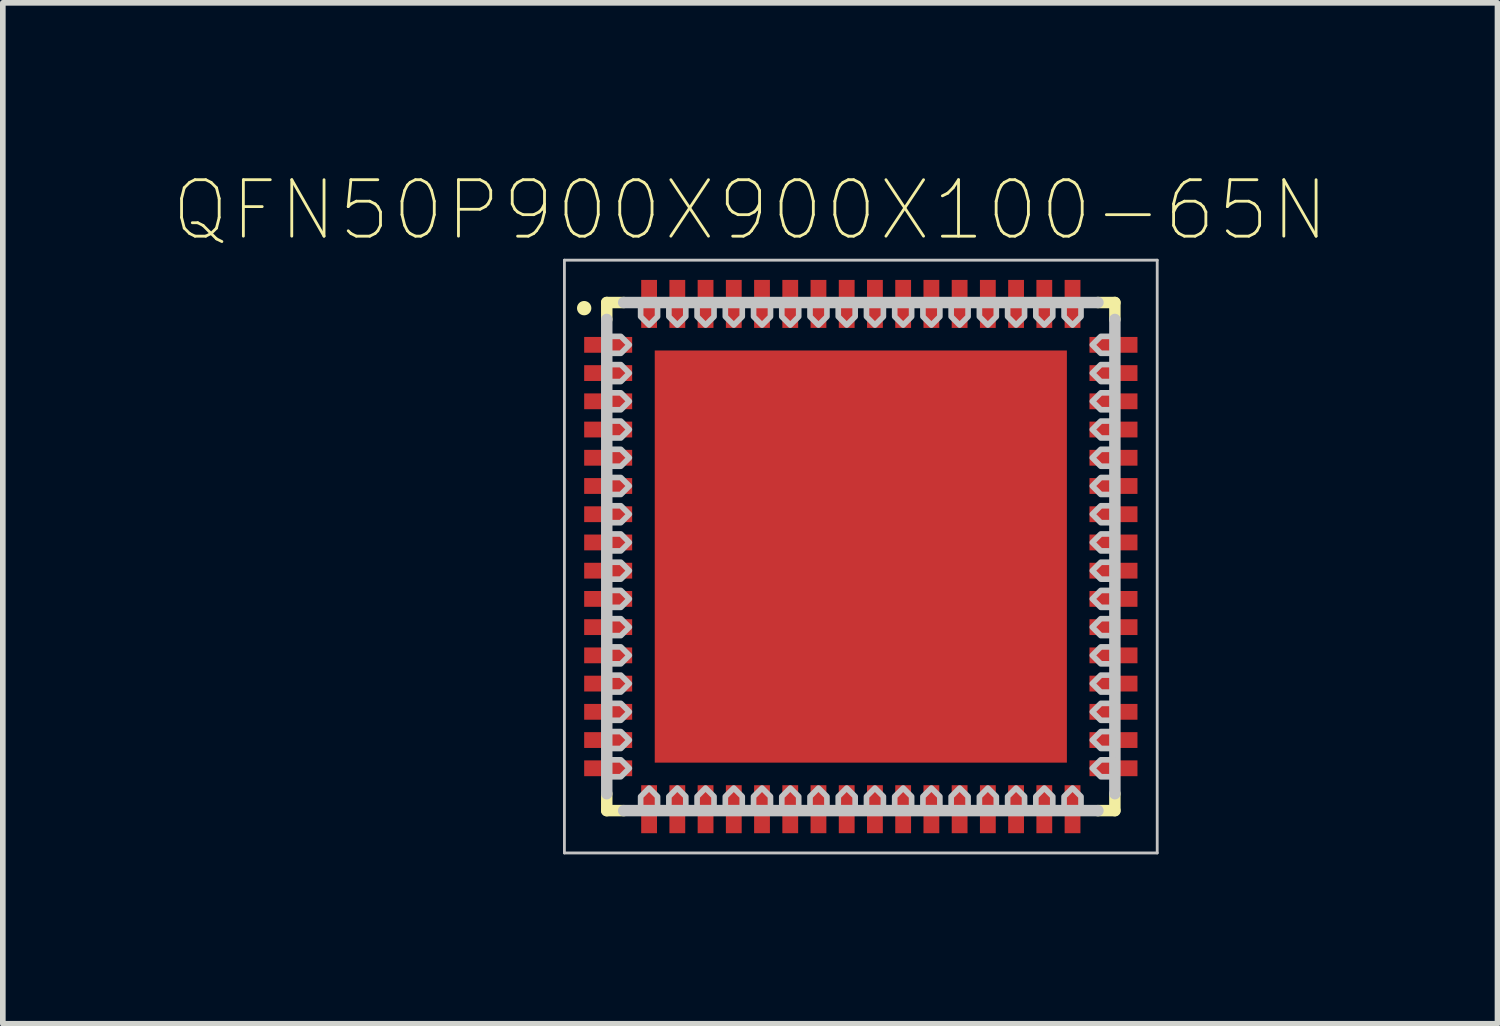
<source format=kicad_pcb>
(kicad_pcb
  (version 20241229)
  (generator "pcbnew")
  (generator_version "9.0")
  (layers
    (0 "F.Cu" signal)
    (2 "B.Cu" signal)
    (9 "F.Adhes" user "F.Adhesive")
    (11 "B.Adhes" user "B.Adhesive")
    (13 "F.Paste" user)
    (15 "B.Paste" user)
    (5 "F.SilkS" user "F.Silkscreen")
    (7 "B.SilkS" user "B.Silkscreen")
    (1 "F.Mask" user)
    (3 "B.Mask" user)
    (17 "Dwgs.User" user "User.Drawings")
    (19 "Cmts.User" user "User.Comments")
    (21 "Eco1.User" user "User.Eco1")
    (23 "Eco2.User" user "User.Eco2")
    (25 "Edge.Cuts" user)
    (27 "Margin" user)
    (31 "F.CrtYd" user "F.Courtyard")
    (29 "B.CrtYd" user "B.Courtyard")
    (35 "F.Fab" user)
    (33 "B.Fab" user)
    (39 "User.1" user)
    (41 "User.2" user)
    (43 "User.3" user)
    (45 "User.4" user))
  (footprint "QFN50P900X900X100-65N"
    (layer "F.Cu")
    (at 12.197 6.808)
    (property "Reference" "QFN50P900X900X100-65N" (at -1.96 -6.135 0) (layer "F.SilkS") (effects (font (size 1 1) (thickness 0.05))))
    (attr smd)
    (fp_line (start -4.5 -4.5) (end -4.5 -4.2) (stroke (width 0.203) (type solid)) (layer "F.SilkS"))
    (fp_line (start -4.5 4.2) (end -4.5 4.5) (stroke (width 0.203) (type solid)) (layer "F.SilkS"))
    (fp_line (start -4.5 4.5) (end -4.2 4.5) (stroke (width 0.203) (type solid)) (layer "F.SilkS"))
    (fp_line (start -4.2 -4.5) (end -4.5 -4.5) (stroke (width 0.203) (type solid)) (layer "F.SilkS"))
    (fp_line (start 4.2 4.5) (end 4.5 4.5) (stroke (width 0.203) (type solid)) (layer "F.SilkS"))
    (fp_line (start 4.5 -4.5) (end 4.2 -4.5) (stroke (width 0.203) (type solid)) (layer "F.SilkS"))
    (fp_line (start 4.5 -4.2) (end 4.5 -4.5) (stroke (width 0.203) (type solid)) (layer "F.SilkS"))
    (fp_line (start 4.5 4.5) (end 4.5 4.2) (stroke (width 0.203) (type solid)) (layer "F.SilkS"))
    (fp_circle (center -4.9 -4.4) (end -4.773 -4.4) (stroke (width 0) (type solid)) (fill yes) (layer "F.SilkS"))
    (fp_poly (pts (xy -2.3 -2.3) (xy 2.3 -2.3) (xy 2.3 2.3) (xy -2.3 2.3)) (stroke (width 0.381) (type solid)) (fill yes) (layer "F.Paste"))
    (fp_line (start -5.25 -5.25) (end -5.25 5.25) (stroke (width 0.05) (type solid)) (layer "Dwgs.User"))
    (fp_line (start -5.25 5.25) (end 5.25 5.25) (stroke (width 0.05) (type solid)) (layer "Dwgs.User"))
    (fp_line (start -4.5 -4.2) (end -4.5 4.2) (stroke (width 0.203) (type solid)) (layer "Dwgs.User"))
    (fp_line (start -4.2 -4.5) (end 4.2 -4.5) (stroke (width 0.203) (type solid)) (layer "Dwgs.User"))
    (fp_line (start -4.2 4.5) (end 4.2 4.5) (stroke (width 0.203) (type solid)) (layer "Dwgs.User"))
    (fp_line (start 4.5 -4.2) (end 4.5 4.2) (stroke (width 0.203) (type solid)) (layer "Dwgs.User"))
    (fp_line (start 5.25 -5.25) (end -5.25 -5.25) (stroke (width 0.05) (type solid)) (layer "Dwgs.User"))
    (fp_line (start 5.25 5.25) (end 5.25 -5.25) (stroke (width 0.05) (type solid)) (layer "Dwgs.User"))
    (fp_poly (pts (xy -4.5 -3.9) (xy -4.5 -3.6) (xy -4.25 -3.6) (xy -4.1 -3.75) (xy -4.25 -3.9)) (stroke (width 0.1) (type solid)) (fill no) (layer "Dwgs.User"))
    (fp_poly (pts (xy -4.5 -3.4) (xy -4.5 -3.1) (xy -4.25 -3.1) (xy -4.1 -3.25) (xy -4.25 -3.4)) (stroke (width 0.1) (type solid)) (fill no) (layer "Dwgs.User"))
    (fp_poly (pts (xy -4.5 -2.9) (xy -4.5 -2.6) (xy -4.25 -2.6) (xy -4.1 -2.75) (xy -4.25 -2.9)) (stroke (width 0.1) (type solid)) (fill no) (layer "Dwgs.User"))
    (fp_poly (pts (xy -4.5 -2.4) (xy -4.5 -2.1) (xy -4.25 -2.1) (xy -4.1 -2.25) (xy -4.25 -2.4)) (stroke (width 0.1) (type solid)) (fill no) (layer "Dwgs.User"))
    (fp_poly (pts (xy -4.5 -1.9) (xy -4.5 -1.6) (xy -4.25 -1.6) (xy -4.1 -1.75) (xy -4.25 -1.9)) (stroke (width 0.1) (type solid)) (fill no) (layer "Dwgs.User"))
    (fp_poly (pts (xy -4.5 -1.4) (xy -4.5 -1.1) (xy -4.25 -1.1) (xy -4.1 -1.25) (xy -4.25 -1.4)) (stroke (width 0.1) (type solid)) (fill no) (layer "Dwgs.User"))
    (fp_poly (pts (xy -4.5 -0.9) (xy -4.5 -0.6) (xy -4.25 -0.6) (xy -4.1 -0.75) (xy -4.25 -0.9)) (stroke (width 0.1) (type solid)) (fill no) (layer "Dwgs.User"))
    (fp_poly (pts (xy -4.5 -0.4) (xy -4.5 -0.1) (xy -4.25 -0.1) (xy -4.1 -0.25) (xy -4.25 -0.4)) (stroke (width 0.1) (type solid)) (fill no) (layer "Dwgs.User"))
    (fp_poly (pts (xy -4.5 0.1) (xy -4.5 0.4) (xy -4.25 0.4) (xy -4.1 0.25) (xy -4.25 0.1)) (stroke (width 0.1) (type solid)) (fill no) (layer "Dwgs.User"))
    (fp_poly (pts (xy -4.5 0.6) (xy -4.5 0.9) (xy -4.25 0.9) (xy -4.1 0.75) (xy -4.25 0.6)) (stroke (width 0.1) (type solid)) (fill no) (layer "Dwgs.User"))
    (fp_poly (pts (xy -4.5 1.1) (xy -4.5 1.4) (xy -4.25 1.4) (xy -4.1 1.25) (xy -4.25 1.1)) (stroke (width 0.1) (type solid)) (fill no) (layer "Dwgs.User"))
    (fp_poly (pts (xy -4.5 1.6) (xy -4.5 1.9) (xy -4.25 1.9) (xy -4.1 1.75) (xy -4.25 1.6)) (stroke (width 0.1) (type solid)) (fill no) (layer "Dwgs.User"))
    (fp_poly (pts (xy -4.5 2.1) (xy -4.5 2.4) (xy -4.25 2.4) (xy -4.1 2.25) (xy -4.25 2.1)) (stroke (width 0.1) (type solid)) (fill no) (layer "Dwgs.User"))
    (fp_poly (pts (xy -4.5 2.6) (xy -4.5 2.9) (xy -4.25 2.9) (xy -4.1 2.75) (xy -4.25 2.6)) (stroke (width 0.1) (type solid)) (fill no) (layer "Dwgs.User"))
    (fp_poly (pts (xy -4.5 3.1) (xy -4.5 3.4) (xy -4.25 3.4) (xy -4.1 3.25) (xy -4.25 3.1)) (stroke (width 0.1) (type solid)) (fill no) (layer "Dwgs.User"))
    (fp_poly (pts (xy -4.5 3.6) (xy -4.5 3.9) (xy -4.25 3.9) (xy -4.1 3.75) (xy -4.25 3.6)) (stroke (width 0.1) (type solid)) (fill no) (layer "Dwgs.User"))
    (fp_poly (pts (xy -3.9 4.5) (xy -3.6 4.5) (xy -3.6 4.25) (xy -3.75 4.1) (xy -3.9 4.25)) (stroke (width 0.1) (type solid)) (fill no) (layer "Dwgs.User"))
    (fp_poly (pts (xy -3.6 -4.5) (xy -3.9 -4.5) (xy -3.9 -4.25) (xy -3.75 -4.1) (xy -3.6 -4.25)) (stroke (width 0.1) (type solid)) (fill no) (layer "Dwgs.User"))
    (fp_poly (pts (xy -3.4 4.5) (xy -3.1 4.5) (xy -3.1 4.25) (xy -3.25 4.1) (xy -3.4 4.25)) (stroke (width 0.1) (type solid)) (fill no) (layer "Dwgs.User"))
    (fp_poly (pts (xy -3.1 -4.5) (xy -3.4 -4.5) (xy -3.4 -4.25) (xy -3.25 -4.1) (xy -3.1 -4.25)) (stroke (width 0.1) (type solid)) (fill no) (layer "Dwgs.User"))
    (fp_poly (pts (xy -2.9 4.5) (xy -2.6 4.5) (xy -2.6 4.25) (xy -2.75 4.1) (xy -2.9 4.25)) (stroke (width 0.1) (type solid)) (fill no) (layer "Dwgs.User"))
    (fp_poly (pts (xy -2.6 -4.5) (xy -2.9 -4.5) (xy -2.9 -4.25) (xy -2.75 -4.1) (xy -2.6 -4.25)) (stroke (width 0.1) (type solid)) (fill no) (layer "Dwgs.User"))
    (fp_poly (pts (xy -2.4 4.5) (xy -2.1 4.5) (xy -2.1 4.25) (xy -2.25 4.1) (xy -2.4 4.25)) (stroke (width 0.1) (type solid)) (fill no) (layer "Dwgs.User"))
    (fp_poly (pts (xy -2.1 -4.5) (xy -2.4 -4.5) (xy -2.4 -4.25) (xy -2.25 -4.1) (xy -2.1 -4.25)) (stroke (width 0.1) (type solid)) (fill no) (layer "Dwgs.User"))
    (fp_poly (pts (xy -1.9 4.5) (xy -1.6 4.5) (xy -1.6 4.25) (xy -1.75 4.1) (xy -1.9 4.25)) (stroke (width 0.1) (type solid)) (fill no) (layer "Dwgs.User"))
    (fp_poly (pts (xy -1.6 -4.5) (xy -1.9 -4.5) (xy -1.9 -4.25) (xy -1.75 -4.1) (xy -1.6 -4.25)) (stroke (width 0.1) (type solid)) (fill no) (layer "Dwgs.User"))
    (fp_poly (pts (xy -1.4 4.5) (xy -1.1 4.5) (xy -1.1 4.25) (xy -1.25 4.1) (xy -1.4 4.25)) (stroke (width 0.1) (type solid)) (fill no) (layer "Dwgs.User"))
    (fp_poly (pts (xy -1.1 -4.5) (xy -1.4 -4.5) (xy -1.4 -4.25) (xy -1.25 -4.1) (xy -1.1 -4.25)) (stroke (width 0.1) (type solid)) (fill no) (layer "Dwgs.User"))
    (fp_poly (pts (xy -0.9 4.5) (xy -0.6 4.5) (xy -0.6 4.25) (xy -0.75 4.1) (xy -0.9 4.25)) (stroke (width 0.1) (type solid)) (fill no) (layer "Dwgs.User"))
    (fp_poly (pts (xy -0.6 -4.5) (xy -0.9 -4.5) (xy -0.9 -4.25) (xy -0.75 -4.1) (xy -0.6 -4.25)) (stroke (width 0.1) (type solid)) (fill no) (layer "Dwgs.User"))
    (fp_poly (pts (xy -0.4 4.5) (xy -0.1 4.5) (xy -0.1 4.25) (xy -0.25 4.1) (xy -0.4 4.25)) (stroke (width 0.1) (type solid)) (fill no) (layer "Dwgs.User"))
    (fp_poly (pts (xy -0.1 -4.5) (xy -0.4 -4.5) (xy -0.4 -4.25) (xy -0.25 -4.1) (xy -0.1 -4.25)) (stroke (width 0.1) (type solid)) (fill no) (layer "Dwgs.User"))
    (fp_poly (pts (xy 0.1 4.5) (xy 0.4 4.5) (xy 0.4 4.25) (xy 0.25 4.1) (xy 0.1 4.25)) (stroke (width 0.1) (type solid)) (fill no) (layer "Dwgs.User"))
    (fp_poly (pts (xy 0.4 -4.5) (xy 0.1 -4.5) (xy 0.1 -4.25) (xy 0.25 -4.1) (xy 0.4 -4.25)) (stroke (width 0.1) (type solid)) (fill no) (layer "Dwgs.User"))
    (fp_poly (pts (xy 0.6 4.5) (xy 0.9 4.5) (xy 0.9 4.25) (xy 0.75 4.1) (xy 0.6 4.25)) (stroke (width 0.1) (type solid)) (fill no) (layer "Dwgs.User"))
    (fp_poly (pts (xy 0.9 -4.5) (xy 0.6 -4.5) (xy 0.6 -4.25) (xy 0.75 -4.1) (xy 0.9 -4.25)) (stroke (width 0.1) (type solid)) (fill no) (layer "Dwgs.User"))
    (fp_poly (pts (xy 1.1 4.5) (xy 1.4 4.5) (xy 1.4 4.25) (xy 1.25 4.1) (xy 1.1 4.25)) (stroke (width 0.1) (type solid)) (fill no) (layer "Dwgs.User"))
    (fp_poly (pts (xy 1.4 -4.5) (xy 1.1 -4.5) (xy 1.1 -4.25) (xy 1.25 -4.1) (xy 1.4 -4.25)) (stroke (width 0.1) (type solid)) (fill no) (layer "Dwgs.User"))
    (fp_poly (pts (xy 1.6 4.5) (xy 1.9 4.5) (xy 1.9 4.25) (xy 1.75 4.1) (xy 1.6 4.25)) (stroke (width 0.1) (type solid)) (fill no) (layer "Dwgs.User"))
    (fp_poly (pts (xy 1.9 -4.5) (xy 1.6 -4.5) (xy 1.6 -4.25) (xy 1.75 -4.1) (xy 1.9 -4.25)) (stroke (width 0.1) (type solid)) (fill no) (layer "Dwgs.User"))
    (fp_poly (pts (xy 2.1 4.5) (xy 2.4 4.5) (xy 2.4 4.25) (xy 2.25 4.1) (xy 2.1 4.25)) (stroke (width 0.1) (type solid)) (fill no) (layer "Dwgs.User"))
    (fp_poly (pts (xy 2.4 -4.5) (xy 2.1 -4.5) (xy 2.1 -4.25) (xy 2.25 -4.1) (xy 2.4 -4.25)) (stroke (width 0.1) (type solid)) (fill no) (layer "Dwgs.User"))
    (fp_poly (pts (xy 2.6 4.5) (xy 2.9 4.5) (xy 2.9 4.25) (xy 2.75 4.1) (xy 2.6 4.25)) (stroke (width 0.1) (type solid)) (fill no) (layer "Dwgs.User"))
    (fp_poly (pts (xy 2.9 -4.5) (xy 2.6 -4.5) (xy 2.6 -4.25) (xy 2.75 -4.1) (xy 2.9 -4.25)) (stroke (width 0.1) (type solid)) (fill no) (layer "Dwgs.User"))
    (fp_poly (pts (xy 3.1 4.5) (xy 3.4 4.5) (xy 3.4 4.25) (xy 3.25 4.1) (xy 3.1 4.25)) (stroke (width 0.1) (type solid)) (fill no) (layer "Dwgs.User"))
    (fp_poly (pts (xy 3.4 -4.5) (xy 3.1 -4.5) (xy 3.1 -4.25) (xy 3.25 -4.1) (xy 3.4 -4.25)) (stroke (width 0.1) (type solid)) (fill no) (layer "Dwgs.User"))
    (fp_poly (pts (xy 3.6 4.5) (xy 3.9 4.5) (xy 3.9 4.25) (xy 3.75 4.1) (xy 3.6 4.25)) (stroke (width 0.1) (type solid)) (fill no) (layer "Dwgs.User"))
    (fp_poly (pts (xy 3.9 -4.5) (xy 3.6 -4.5) (xy 3.6 -4.25) (xy 3.75 -4.1) (xy 3.9 -4.25)) (stroke (width 0.1) (type solid)) (fill no) (layer "Dwgs.User"))
    (fp_poly (pts (xy 4.5 -3.6) (xy 4.5 -3.9) (xy 4.25 -3.9) (xy 4.1 -3.75) (xy 4.25 -3.6)) (stroke (width 0.1) (type solid)) (fill no) (layer "Dwgs.User"))
    (fp_poly (pts (xy 4.5 -3.1) (xy 4.5 -3.4) (xy 4.25 -3.4) (xy 4.1 -3.25) (xy 4.25 -3.1)) (stroke (width 0.1) (type solid)) (fill no) (layer "Dwgs.User"))
    (fp_poly (pts (xy 4.5 -2.6) (xy 4.5 -2.9) (xy 4.25 -2.9) (xy 4.1 -2.75) (xy 4.25 -2.6)) (stroke (width 0.1) (type solid)) (fill no) (layer "Dwgs.User"))
    (fp_poly (pts (xy 4.5 -2.1) (xy 4.5 -2.4) (xy 4.25 -2.4) (xy 4.1 -2.25) (xy 4.25 -2.1)) (stroke (width 0.1) (type solid)) (fill no) (layer "Dwgs.User"))
    (fp_poly (pts (xy 4.5 -1.6) (xy 4.5 -1.9) (xy 4.25 -1.9) (xy 4.1 -1.75) (xy 4.25 -1.6)) (stroke (width 0.1) (type solid)) (fill no) (layer "Dwgs.User"))
    (fp_poly (pts (xy 4.5 -1.1) (xy 4.5 -1.4) (xy 4.25 -1.4) (xy 4.1 -1.25) (xy 4.25 -1.1)) (stroke (width 0.1) (type solid)) (fill no) (layer "Dwgs.User"))
    (fp_poly (pts (xy 4.5 -0.6) (xy 4.5 -0.9) (xy 4.25 -0.9) (xy 4.1 -0.75) (xy 4.25 -0.6)) (stroke (width 0.1) (type solid)) (fill no) (layer "Dwgs.User"))
    (fp_poly (pts (xy 4.5 -0.1) (xy 4.5 -0.4) (xy 4.25 -0.4) (xy 4.1 -0.25) (xy 4.25 -0.1)) (stroke (width 0.1) (type solid)) (fill no) (layer "Dwgs.User"))
    (fp_poly (pts (xy 4.5 0.4) (xy 4.5 0.1) (xy 4.25 0.1) (xy 4.1 0.25) (xy 4.25 0.4)) (stroke (width 0.1) (type solid)) (fill no) (layer "Dwgs.User"))
    (fp_poly (pts (xy 4.5 0.9) (xy 4.5 0.6) (xy 4.25 0.6) (xy 4.1 0.75) (xy 4.25 0.9)) (stroke (width 0.1) (type solid)) (fill no) (layer "Dwgs.User"))
    (fp_poly (pts (xy 4.5 1.4) (xy 4.5 1.1) (xy 4.25 1.1) (xy 4.1 1.25) (xy 4.25 1.4)) (stroke (width 0.1) (type solid)) (fill no) (layer "Dwgs.User"))
    (fp_poly (pts (xy 4.5 1.9) (xy 4.5 1.6) (xy 4.25 1.6) (xy 4.1 1.75) (xy 4.25 1.9)) (stroke (width 0.1) (type solid)) (fill no) (layer "Dwgs.User"))
    (fp_poly (pts (xy 4.5 2.4) (xy 4.5 2.1) (xy 4.25 2.1) (xy 4.1 2.25) (xy 4.25 2.4)) (stroke (width 0.1) (type solid)) (fill no) (layer "Dwgs.User"))
    (fp_poly (pts (xy 4.5 2.9) (xy 4.5 2.6) (xy 4.25 2.6) (xy 4.1 2.75) (xy 4.25 2.9)) (stroke (width 0.1) (type solid)) (fill no) (layer "Dwgs.User"))
    (fp_poly (pts (xy 4.5 3.4) (xy 4.5 3.1) (xy 4.25 3.1) (xy 4.1 3.25) (xy 4.25 3.4)) (stroke (width 0.1) (type solid)) (fill no) (layer "Dwgs.User"))
    (fp_poly (pts (xy 4.5 3.9) (xy 4.5 3.6) (xy 4.25 3.6) (xy 4.1 3.75) (xy 4.25 3.9)) (stroke (width 0.1) (type solid)) (fill no) (layer "Dwgs.User"))
    (pad "1" smd rect (at -4.475 -3.75) (size 0.85 0.28) (layers "F.Cu" "F.Mask" "F.Paste"))
    (pad "2" smd rect (at -4.475 -3.25) (size 0.85 0.28) (layers "F.Cu" "F.Mask" "F.Paste"))
    (pad "3" smd rect (at -4.475 -2.75) (size 0.85 0.28) (layers "F.Cu" "F.Mask" "F.Paste"))
    (pad "4" smd rect (at -4.475 -2.25) (size 0.85 0.28) (layers "F.Cu" "F.Mask" "F.Paste"))
    (pad "5" smd rect (at -4.475 -1.75) (size 0.85 0.28) (layers "F.Cu" "F.Mask" "F.Paste"))
    (pad "6" smd rect (at -4.475 -1.25) (size 0.85 0.28) (layers "F.Cu" "F.Mask" "F.Paste"))
    (pad "7" smd rect (at -4.475 -0.75) (size 0.85 0.28) (layers "F.Cu" "F.Mask" "F.Paste"))
    (pad "8" smd rect (at -4.475 -0.25) (size 0.85 0.28) (layers "F.Cu" "F.Mask" "F.Paste"))
    (pad "9" smd rect (at -4.475 0.25) (size 0.85 0.28) (layers "F.Cu" "F.Mask" "F.Paste"))
    (pad "10" smd rect (at -4.475 0.75) (size 0.85 0.28) (layers "F.Cu" "F.Mask" "F.Paste"))
    (pad "11" smd rect (at -4.475 1.25) (size 0.85 0.28) (layers "F.Cu" "F.Mask" "F.Paste"))
    (pad "12" smd rect (at -4.475 1.75) (size 0.85 0.28) (layers "F.Cu" "F.Mask" "F.Paste"))
    (pad "13" smd rect (at -4.475 2.25) (size 0.85 0.28) (layers "F.Cu" "F.Mask" "F.Paste"))
    (pad "14" smd rect (at -4.475 2.75) (size 0.85 0.28) (layers "F.Cu" "F.Mask" "F.Paste"))
    (pad "15" smd rect (at -4.475 3.25) (size 0.85 0.28) (layers "F.Cu" "F.Mask" "F.Paste"))
    (pad "16" smd rect (at -4.475 3.75) (size 0.85 0.28) (layers "F.Cu" "F.Mask" "F.Paste"))
    (pad "17" smd rect (at -3.75 4.475 90) (size 0.85 0.28) (layers "F.Cu" "F.Mask" "F.Paste"))
    (pad "18" smd rect (at -3.25 4.475 90) (size 0.85 0.28) (layers "F.Cu" "F.Mask" "F.Paste"))
    (pad "19" smd rect (at -2.75 4.475 90) (size 0.85 0.28) (layers "F.Cu" "F.Mask" "F.Paste"))
    (pad "20" smd rect (at -2.25 4.475 90) (size 0.85 0.28) (layers "F.Cu" "F.Mask" "F.Paste"))
    (pad "21" smd rect (at -1.75 4.475 90) (size 0.85 0.28) (layers "F.Cu" "F.Mask" "F.Paste"))
    (pad "22" smd rect (at -1.25 4.475 90) (size 0.85 0.28) (layers "F.Cu" "F.Mask" "F.Paste"))
    (pad "23" smd rect (at -0.75 4.475 90) (size 0.85 0.28) (layers "F.Cu" "F.Mask" "F.Paste"))
    (pad "24" smd rect (at -0.25 4.475 90) (size 0.85 0.28) (layers "F.Cu" "F.Mask" "F.Paste"))
    (pad "25" smd rect (at 0.25 4.475 90) (size 0.85 0.28) (layers "F.Cu" "F.Mask" "F.Paste"))
    (pad "26" smd rect (at 0.75 4.475 90) (size 0.85 0.28) (layers "F.Cu" "F.Mask" "F.Paste"))
    (pad "27" smd rect (at 1.25 4.475 90) (size 0.85 0.28) (layers "F.Cu" "F.Mask" "F.Paste"))
    (pad "28" smd rect (at 1.75 4.475 90) (size 0.85 0.28) (layers "F.Cu" "F.Mask" "F.Paste"))
    (pad "29" smd rect (at 2.25 4.475 90) (size 0.85 0.28) (layers "F.Cu" "F.Mask" "F.Paste"))
    (pad "30" smd rect (at 2.75 4.475 90) (size 0.85 0.28) (layers "F.Cu" "F.Mask" "F.Paste"))
    (pad "31" smd rect (at 3.25 4.475 90) (size 0.85 0.28) (layers "F.Cu" "F.Mask" "F.Paste"))
    (pad "32" smd rect (at 3.75 4.475 90) (size 0.85 0.28) (layers "F.Cu" "F.Mask" "F.Paste"))
    (pad "33" smd rect (at 4.475 3.75 180) (size 0.85 0.28) (layers "F.Cu" "F.Mask" "F.Paste"))
    (pad "34" smd rect (at 4.475 3.25 180) (size 0.85 0.28) (layers "F.Cu" "F.Mask" "F.Paste"))
    (pad "35" smd rect (at 4.475 2.75 180) (size 0.85 0.28) (layers "F.Cu" "F.Mask" "F.Paste"))
    (pad "36" smd rect (at 4.475 2.25 180) (size 0.85 0.28) (layers "F.Cu" "F.Mask" "F.Paste"))
    (pad "37" smd rect (at 4.475 1.75 180) (size 0.85 0.28) (layers "F.Cu" "F.Mask" "F.Paste"))
    (pad "38" smd rect (at 4.475 1.25 180) (size 0.85 0.28) (layers "F.Cu" "F.Mask" "F.Paste"))
    (pad "39" smd rect (at 4.475 0.75 180) (size 0.85 0.28) (layers "F.Cu" "F.Mask" "F.Paste"))
    (pad "40" smd rect (at 4.475 0.25 180) (size 0.85 0.28) (layers "F.Cu" "F.Mask" "F.Paste"))
    (pad "41" smd rect (at 4.475 -0.25 180) (size 0.85 0.28) (layers "F.Cu" "F.Mask" "F.Paste"))
    (pad "42" smd rect (at 4.475 -0.75 180) (size 0.85 0.28) (layers "F.Cu" "F.Mask" "F.Paste"))
    (pad "43" smd rect (at 4.475 -1.25 180) (size 0.85 0.28) (layers "F.Cu" "F.Mask" "F.Paste"))
    (pad "44" smd rect (at 4.475 -1.75 180) (size 0.85 0.28) (layers "F.Cu" "F.Mask" "F.Paste"))
    (pad "45" smd rect (at 4.475 -2.25 180) (size 0.85 0.28) (layers "F.Cu" "F.Mask" "F.Paste"))
    (pad "46" smd rect (at 4.475 -2.75 180) (size 0.85 0.28) (layers "F.Cu" "F.Mask" "F.Paste"))
    (pad "47" smd rect (at 4.475 -3.25 180) (size 0.85 0.28) (layers "F.Cu" "F.Mask" "F.Paste"))
    (pad "48" smd rect (at 4.475 -3.75 180) (size 0.85 0.28) (layers "F.Cu" "F.Mask" "F.Paste"))
    (pad "49" smd rect (at 3.75 -4.475 270) (size 0.85 0.28) (layers "F.Cu" "F.Mask" "F.Paste"))
    (pad "50" smd rect (at 3.25 -4.475 270) (size 0.85 0.28) (layers "F.Cu" "F.Mask" "F.Paste"))
    (pad "51" smd rect (at 2.75 -4.475 270) (size 0.85 0.28) (layers "F.Cu" "F.Mask" "F.Paste"))
    (pad "52" smd rect (at 2.25 -4.475 270) (size 0.85 0.28) (layers "F.Cu" "F.Mask" "F.Paste"))
    (pad "53" smd rect (at 1.75 -4.475 270) (size 0.85 0.28) (layers "F.Cu" "F.Mask" "F.Paste"))
    (pad "54" smd rect (at 1.25 -4.475 270) (size 0.85 0.28) (layers "F.Cu" "F.Mask" "F.Paste"))
    (pad "55" smd rect (at 0.75 -4.475 270) (size 0.85 0.28) (layers "F.Cu" "F.Mask" "F.Paste"))
    (pad "56" smd rect (at 0.25 -4.475 270) (size 0.85 0.28) (layers "F.Cu" "F.Mask" "F.Paste"))
    (pad "57" smd rect (at -0.25 -4.475 270) (size 0.85 0.28) (layers "F.Cu" "F.Mask" "F.Paste"))
    (pad "58" smd rect (at -0.75 -4.475 270) (size 0.85 0.28) (layers "F.Cu" "F.Mask" "F.Paste"))
    (pad "59" smd rect (at -1.25 -4.475 270) (size 0.85 0.28) (layers "F.Cu" "F.Mask" "F.Paste"))
    (pad "60" smd rect (at -1.75 -4.475 270) (size 0.85 0.28) (layers "F.Cu" "F.Mask" "F.Paste"))
    (pad "61" smd rect (at -2.25 -4.475 270) (size 0.85 0.28) (layers "F.Cu" "F.Mask" "F.Paste"))
    (pad "62" smd rect (at -2.75 -4.475 270) (size 0.85 0.28) (layers "F.Cu" "F.Mask" "F.Paste"))
    (pad "63" smd rect (at -3.25 -4.475 270) (size 0.85 0.28) (layers "F.Cu" "F.Mask" "F.Paste"))
    (pad "64" smd rect (at -3.75 -4.475 270) (size 0.85 0.28) (layers "F.Cu" "F.Mask" "F.Paste"))
    (pad "65" smd rect (at 0 0) (size 7.3 7.3) (layers "F.Cu" "F.Mask" "F.Paste")))
  (gr_rect
    (start -3 -3)
    (end 23.474 15.083)
    (stroke (width 0.1) (type default))
    (fill no)
    (layer "Edge.Cuts")))
</source>
